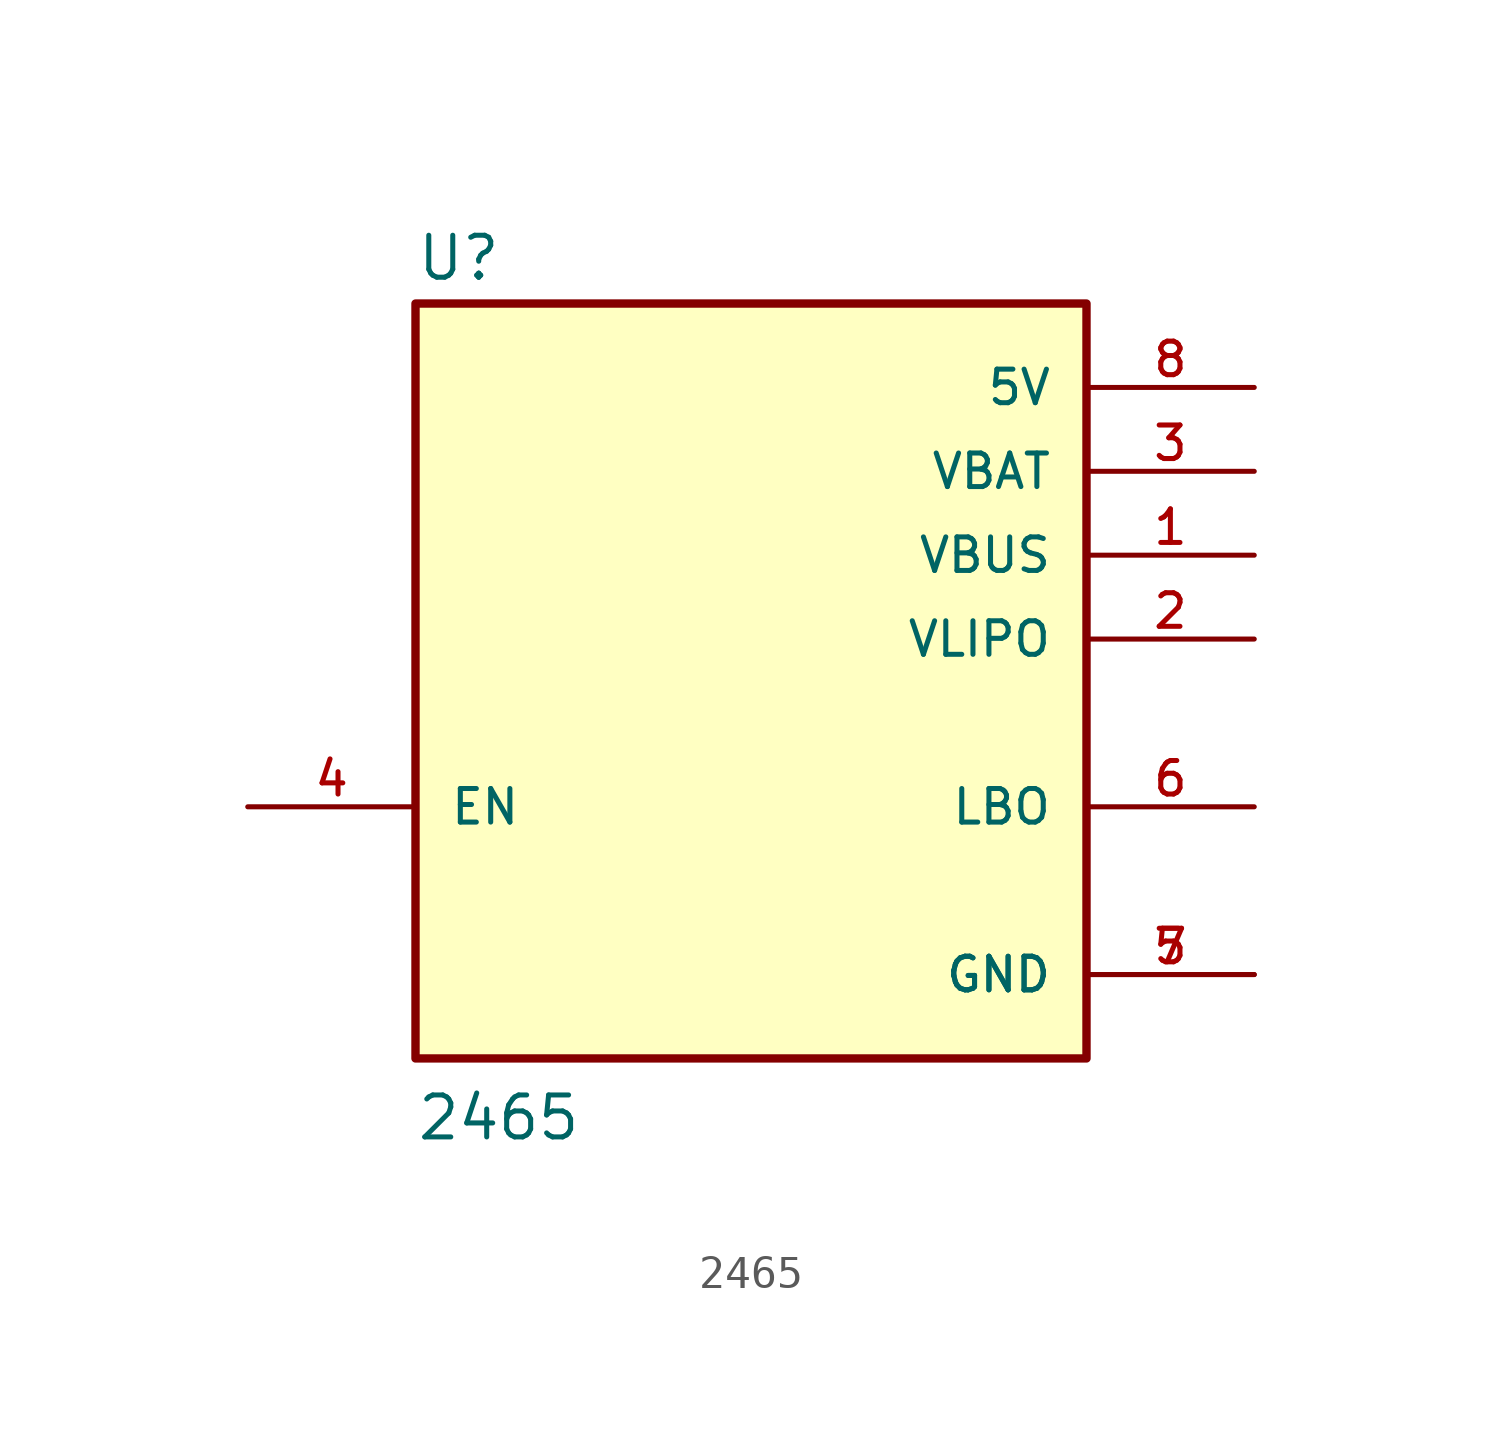
<source format=kicad_sym>
(kicad_symbol_lib
  (version 20211014)
  (generator kicad_symbol_editor)
  (symbol "2465"
    (pin_names
      (offset 1.016))
    (property "Reference" "U"
      (at -10.16 10.795 0)
      (effects (font (size 1.27 1.27)) (justify bottom left)))
    (property "Value" "2465"
      (at -10.16 -15.24 0)
      (effects (font (size 1.27 1.27)) (justify bottom left)))
    (symbol "2465_0_0"
      (rectangle (start -10.16 -12.7) (end 10.16 10.16) (stroke (width 0.254)) (fill (type background)))
      (pin power_in line (at 15.24 2.54 180.0) (length 5.08) (name "VBUS" (effects (font (size 1.016 1.016)))) (number "1" (effects (font (size 1.016 1.016)))))
      (pin power_in line (at 15.24 0.0 180.0) (length 5.08) (name "VLIPO" (effects (font (size 1.016 1.016)))) (number "2" (effects (font (size 1.016 1.016)))))
      (pin power_in line (at 15.24 5.08 180.0) (length 5.08) (name "VBAT" (effects (font (size 1.016 1.016)))) (number "3" (effects (font (size 1.016 1.016)))))
      (pin input line (at -15.24 -5.08 0) (length 5.08) (name "EN" (effects (font (size 1.016 1.016)))) (number "4" (effects (font (size 1.016 1.016)))))
      (pin output line (at 15.24 -5.08 180.0) (length 5.08) (name "LBO" (effects (font (size 1.016 1.016)))) (number "6" (effects (font (size 1.016 1.016)))))
      (pin power_in line (at 15.24 -10.16 180.0) (length 5.08) (name "GND" (effects (font (size 1.016 1.016)))) (number "5" (effects (font (size 1.016 1.016)))))
      (pin power_in line (at 15.24 -10.16 180.0) (length 5.08) (name "GND" (effects (font (size 1.016 1.016)))) (number "7" (effects (font (size 1.016 1.016)))))
      (pin power_in line (at 15.24 7.62 180.0) (length 5.08) (name "5V" (effects (font (size 1.016 1.016)))) (number "8" (effects (font (size 1.016 1.016))))))))
</source>
